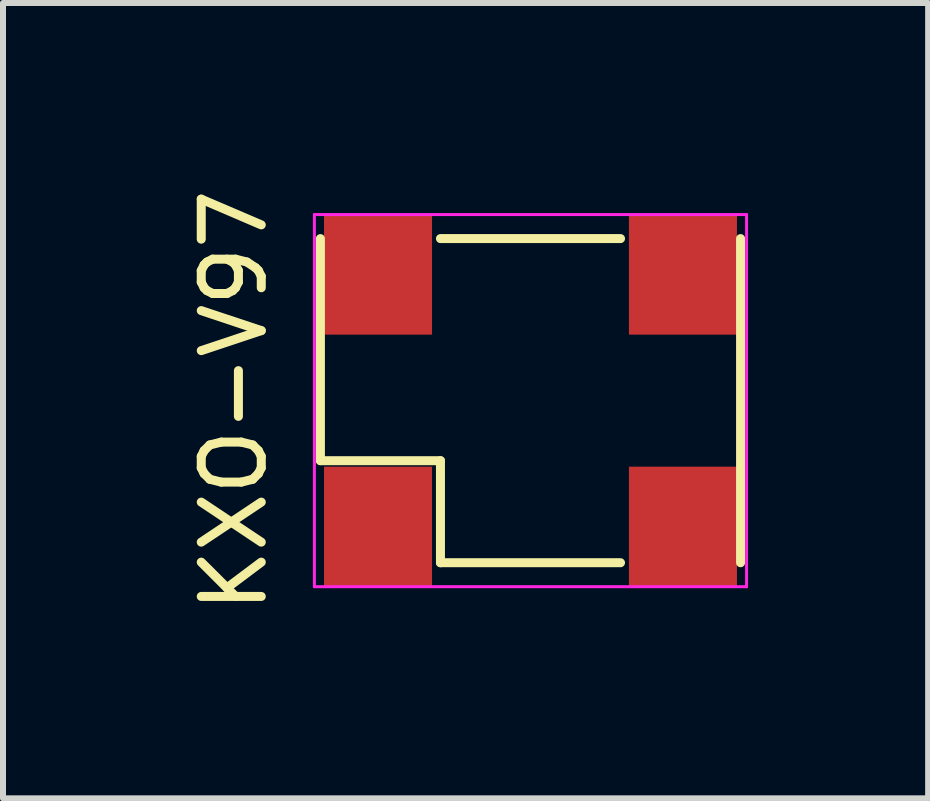
<source format=kicad_pcb>
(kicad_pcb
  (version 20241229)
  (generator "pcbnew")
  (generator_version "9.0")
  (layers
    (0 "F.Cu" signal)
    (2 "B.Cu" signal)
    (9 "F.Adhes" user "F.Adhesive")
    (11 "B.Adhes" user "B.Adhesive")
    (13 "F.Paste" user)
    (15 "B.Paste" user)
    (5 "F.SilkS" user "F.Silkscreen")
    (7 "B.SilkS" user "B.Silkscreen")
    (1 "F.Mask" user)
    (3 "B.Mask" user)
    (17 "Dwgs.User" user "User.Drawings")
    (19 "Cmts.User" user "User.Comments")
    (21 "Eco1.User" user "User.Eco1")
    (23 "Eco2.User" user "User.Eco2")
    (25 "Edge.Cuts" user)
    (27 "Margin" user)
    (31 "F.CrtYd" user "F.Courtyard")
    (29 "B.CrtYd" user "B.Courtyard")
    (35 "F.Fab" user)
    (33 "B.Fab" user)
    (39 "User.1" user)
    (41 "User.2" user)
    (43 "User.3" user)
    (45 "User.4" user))
  (footprint "KXO-V97"
    (layer "F.Cu")
    (at 5.788 3.625)
    (property "Reference" "KXO-V97" (at -4.94 0 90) (layer "F.SilkS") (effects (font (size 1 1) (thickness 0.15))))
    (attr smd)
    (fp_line (start -3.5 1) (end -3.5 -2.7) (stroke (width 0.15) (type solid)) (layer "F.SilkS"))
    (fp_line (start -3.5 1) (end -1.5 1) (stroke (width 0.15) (type solid)) (layer "F.SilkS"))
    (fp_line (start -1.5 -2.7) (end 1.5 -2.7) (stroke (width 0.15) (type solid)) (layer "F.SilkS"))
    (fp_line (start -1.5 1) (end -1.5 2.7) (stroke (width 0.15) (type solid)) (layer "F.SilkS"))
    (fp_line (start 1.5 2.7) (end -1.5 2.7) (stroke (width 0.15) (type solid)) (layer "F.SilkS"))
    (fp_line (start 3.5 -2.7) (end 3.5 2.7) (stroke (width 0.15) (type solid)) (layer "F.SilkS"))
    (fp_line (start -3.6 -3.1) (end 3.6 -3.1) (stroke (width 0.05) (type solid)) (layer "F.CrtYd"))
    (fp_line (start -3.6 3.1) (end -3.6 -3.1) (stroke (width 0.05) (type solid)) (layer "F.CrtYd"))
    (fp_line (start 3.6 -3.1) (end 3.6 3.1) (stroke (width 0.05) (type solid)) (layer "F.CrtYd"))
    (fp_line (start 3.6 3.1) (end -3.6 3.1) (stroke (width 0.05) (type solid)) (layer "F.CrtYd"))
    (pad "1" smd rect (at -2.54 2.1) (size 1.8 2) (layers "F.Cu" "F.Mask" "F.Paste"))
    (pad "2" smd rect (at 2.54 2.1) (size 1.8 2) (layers "F.Cu" "F.Mask" "F.Paste"))
    (pad "3" smd rect (at 2.54 -2.1) (size 1.8 2) (layers "F.Cu" "F.Mask" "F.Paste"))
    (pad "4" smd rect (at -2.54 -2.1) (size 1.8 2) (layers "F.Cu" "F.Mask" "F.Paste")))
  (gr_rect
    (start -3 -3)
    (end 12.413 10.25)
    (stroke (width 0.1) (type default))
    (fill no)
    (layer "Edge.Cuts")))
</source>
